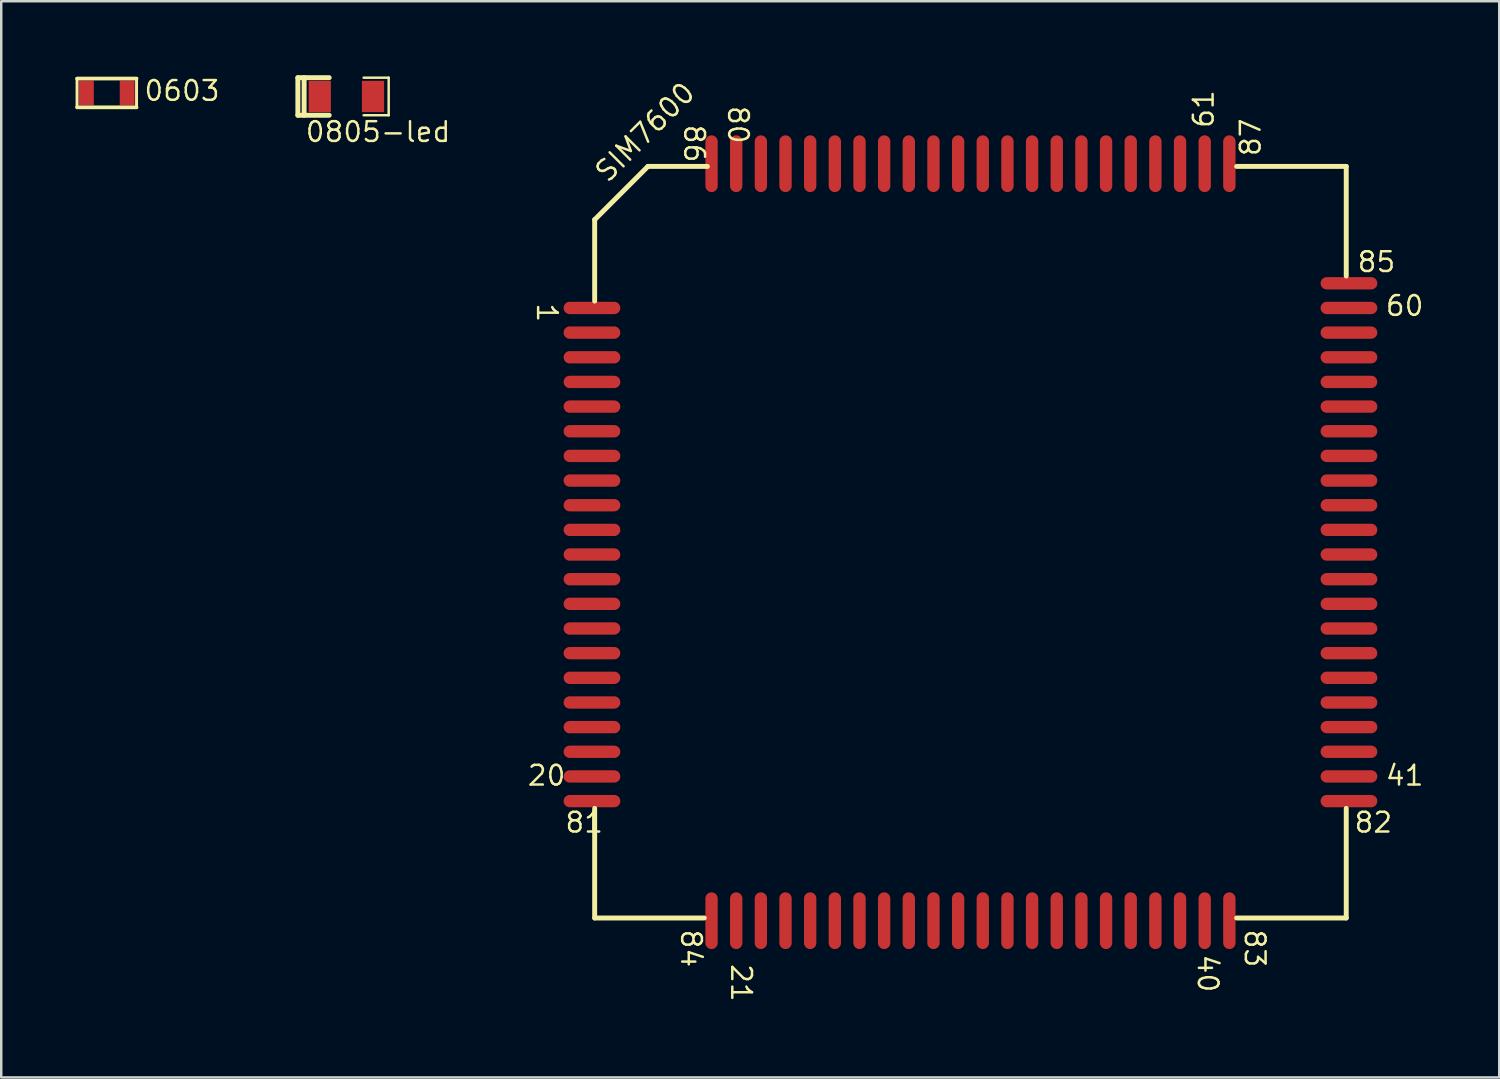
<source format=kicad_pcb>
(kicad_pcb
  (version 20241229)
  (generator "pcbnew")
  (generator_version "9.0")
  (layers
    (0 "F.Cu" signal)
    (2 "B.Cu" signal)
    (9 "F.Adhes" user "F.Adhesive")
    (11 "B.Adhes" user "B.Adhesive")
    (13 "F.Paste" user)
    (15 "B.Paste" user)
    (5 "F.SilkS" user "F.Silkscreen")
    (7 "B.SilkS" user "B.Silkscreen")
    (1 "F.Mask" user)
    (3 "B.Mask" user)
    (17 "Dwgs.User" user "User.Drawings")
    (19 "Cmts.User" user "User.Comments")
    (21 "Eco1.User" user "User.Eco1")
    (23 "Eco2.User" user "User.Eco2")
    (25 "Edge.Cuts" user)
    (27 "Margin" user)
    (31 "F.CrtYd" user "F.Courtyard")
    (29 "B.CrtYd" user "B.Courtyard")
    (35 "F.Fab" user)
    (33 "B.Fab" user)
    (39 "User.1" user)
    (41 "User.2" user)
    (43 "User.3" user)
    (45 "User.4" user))
  (footprint "0805-led"
    (layer "F.Cu")
    (at 9.919 0.862)
    (property "Reference" "0805-led" (at -0.635 1.905 0) (unlocked yes) (layer "F.SilkS") (effects (font (size 0.8 0.8) (thickness 0.1)) (justify left bottom)))
    (fp_line (start -0.889 -0.762) (end 0.381 -0.762) (stroke (width 0.2) (type solid)) (layer "F.SilkS"))
    (fp_line (start -0.889 0.762) (end -0.889 -0.762) (stroke (width 0.2) (type solid)) (layer "F.SilkS"))
    (fp_line (start -0.889 0.762) (end 0.381 0.762) (stroke (width 0.2) (type solid)) (layer "F.SilkS"))
    (fp_line (start -0.635 0.762) (end -0.635 -0.762) (stroke (width 0.2) (type solid)) (layer "F.SilkS"))
    (fp_line (start 1.778 -0.762) (end 2.794 -0.762) (stroke (width 0.1) (type solid)) (layer "F.SilkS"))
    (fp_line (start 1.778 0.762) (end 2.794 0.762) (stroke (width 0.1) (type solid)) (layer "F.SilkS"))
    (fp_line (start 2.794 0.762) (end 2.794 -0.762) (stroke (width 0.1) (type solid)) (layer "F.SilkS"))
    (pad "1" smd rect (at 0 0) (size 0.9 1.27) (layers "F.Cu" "F.Mask" "F.Paste"))
    (pad "2" smd rect (at 2.159 0) (size 0.9 1.27) (layers "F.Cu" "F.Mask" "F.Paste")))
  (footprint "SIM7600"
    (layer "F.Cu")
    (at 20.957 9.439)
    (property "Reference" "SIM7600" (at 0.635 -4.953 45) (unlocked yes) (layer "F.SilkS") (effects (font (size 0.8 0.8) (thickness 0.1)) (justify left bottom)))
    (fp_line (start 0.11 -3.581) (end 0.11 -0.279) (stroke (width 0.2) (type solid)) (layer "F.SilkS"))
    (fp_line (start 0.11 20.295) (end 0.11 24.74) (stroke (width 0.2) (type solid)) (layer "F.SilkS"))
    (fp_line (start 0.11 24.74) (end 4.555 24.74) (stroke (width 0.2) (type solid)) (layer "F.SilkS"))
    (fp_line (start 2.269 -5.74) (end 0.11 -3.581) (stroke (width 0.2) (type solid)) (layer "F.SilkS"))
    (fp_line (start 2.269 -5.74) (end 4.682 -5.74) (stroke (width 0.2) (type solid)) (layer "F.SilkS"))
    (fp_line (start 26.145 -5.74) (end 30.59 -5.74) (stroke (width 0.2) (type solid)) (layer "F.SilkS"))
    (fp_line (start 26.145 24.74) (end 30.59 24.74) (stroke (width 0.2) (type solid)) (layer "F.SilkS"))
    (fp_line (start 30.59 -5.74) (end 30.59 -1.295) (stroke (width 0.2) (type solid)) (layer "F.SilkS"))
    (fp_line (start 30.59 20.295) (end 30.59 24.74) (stroke (width 0.2) (type solid)) (layer "F.SilkS"))
    (fp_line (start -1.668 -1.295) (end -1.668 21.565) (stroke (width 0.2) (type solid)) (layer "User.2"))
    (fp_line (start -1.668 -1.295) (end -0.271 -1.295) (stroke (width 0.2) (type solid)) (layer "User.2"))
    (fp_line (start -1.668 21.565) (end -0.271 21.565) (stroke (width 0.2) (type solid)) (layer "User.2"))
    (fp_line (start -0.271 -6.121) (end -0.271 -1.295) (stroke (width 0.2) (type solid)) (layer "User.2"))
    (fp_line (start -0.271 -6.121) (end 3.285 -6.121) (stroke (width 0.2) (type solid)) (layer "User.2"))
    (fp_line (start -0.271 21.565) (end -0.271 25.121) (stroke (width 0.2) (type solid)) (layer "User.2"))
    (fp_line (start -0.271 25.121) (end 3.285 25.121) (stroke (width 0.2) (type solid)) (layer "User.2"))
    (fp_line (start 3.285 -7.518) (end 3.285 -6.121) (stroke (width 0.2) (type solid)) (layer "User.2"))
    (fp_line (start 3.285 25.121) (end 3.285 26.518) (stroke (width 0.2) (type solid)) (layer "User.2"))
    (fp_line (start 3.285 26.518) (end 27.415 26.518) (stroke (width 0.2) (type solid)) (layer "User.2"))
    (fp_line (start 27.415 -7.518) (end 3.285 -7.518) (stroke (width 0.2) (type solid)) (layer "User.2"))
    (fp_line (start 27.415 -7.518) (end 27.415 -6.121) (stroke (width 0.2) (type solid)) (layer "User.2"))
    (fp_line (start 27.415 -6.121) (end 30.971 -6.121) (stroke (width 0.2) (type solid)) (layer "User.2"))
    (fp_line (start 27.415 25.121) (end 27.415 26.518) (stroke (width 0.2) (type solid)) (layer "User.2"))
    (fp_line (start 27.415 25.121) (end 30.971 25.121) (stroke (width 0.2) (type solid)) (layer "User.2"))
    (fp_line (start 30.971 -6.121) (end 30.971 -2.565) (stroke (width 0.2) (type solid)) (layer "User.2"))
    (fp_line (start 30.971 21.565) (end 30.971 25.121) (stroke (width 0.2) (type solid)) (layer "User.2"))
    (fp_line (start 30.971 21.565) (end 32.368 21.565) (stroke (width 0.2) (type solid)) (layer "User.2"))
    (fp_line (start 32.368 -2.565) (end 30.971 -2.565) (stroke (width 0.2) (type solid)) (layer "User.2"))
    (fp_line (start 32.368 -2.565) (end 32.368 21.565) (stroke (width 0.2) (type solid)) (layer "User.2"))
    (fp_poly (pts (xy 1.609 1.22) (xy 4.022 1.22) (xy 4.022 -1.193) (xy 1.609 -1.193)) (stroke (width 0.1) (type default)) (fill no) (layer "User.2"))
    (fp_text user "20" (at -2.667 19.431 0) (unlocked yes) (layer "F.SilkS") (effects (font (size 0.8 0.8) (thickness 0.1)) (justify left bottom)))
    (fp_text user "81" (at -1.143 21.336 0) (unlocked yes) (layer "F.SilkS") (effects (font (size 0.8 0.8) (thickness 0.1)) (justify left bottom)))
    (fp_text user "84" (at 3.556 25.146 270) (unlocked yes) (layer "F.SilkS") (effects (font (size 0.8 0.8) (thickness 0.1)) (justify left bottom)))
    (fp_text user "41" (at 32.131 19.431 0) (unlocked yes) (layer "F.SilkS") (effects (font (size 0.8 0.8) (thickness 0.1)) (justify left bottom)))
    (fp_text user "87" (at 27.178 -6.096 90) (unlocked yes) (layer "F.SilkS") (effects (font (size 0.8 0.8) (thickness 0.1)) (justify left bottom)))
    (fp_text user "40" (at 24.511 26.162 270) (unlocked yes) (layer "F.SilkS") (effects (font (size 0.8 0.8) (thickness 0.1)) (justify left bottom)))
    (fp_text user "86" (at 3.683 -7.493 270) (unlocked yes) (layer "F.SilkS") (effects (font (size 0.8 0.8) (thickness 0.1)) (justify left bottom)))
    (fp_text user "83" (at 26.416 25.146 270) (unlocked yes) (layer "F.SilkS") (effects (font (size 0.8 0.8) (thickness 0.1)) (justify left bottom)))
    (fp_text user "80" (at 5.461 -8.255 270) (unlocked yes) (layer "F.SilkS") (effects (font (size 0.8 0.8) (thickness 0.1)) (justify left bottom)))
    (fp_text user "1" (at -2.286 -0.254 270) (unlocked yes) (layer "F.SilkS") (effects (font (size 0.8 0.8) (thickness 0.1)) (justify left bottom)))
    (fp_text user "21" (at 5.588 26.543 270) (unlocked yes) (layer "F.SilkS") (effects (font (size 0.8 0.8) (thickness 0.1)) (justify left bottom)))
    (fp_text user "61" (at 25.273 -7.239 90) (unlocked yes) (layer "F.SilkS") (effects (font (size 0.8 0.8) (thickness 0.1)) (justify left bottom)))
    (fp_text user "60" (at 32.131 0.381 0) (unlocked yes) (layer "F.SilkS") (effects (font (size 0.8 0.8) (thickness 0.1)) (justify left bottom)))
    (fp_text user "85" (at 30.988 -1.397 0) (unlocked yes) (layer "F.SilkS") (effects (font (size 0.8 0.8) (thickness 0.1)) (justify left bottom)))
    (fp_text user "82" (at 30.861 21.336 0) (unlocked yes) (layer "F.SilkS") (effects (font (size 0.8 0.8) (thickness 0.1)) (justify left bottom)))
    (pad "1" smd oval (at 0 0 90) (size 0.5 2.3) (layers "F.Cu" "F.Mask" "F.Paste"))
    (pad "2" smd oval (at 0 1 90) (size 0.5 2.3) (layers "F.Cu" "F.Mask" "F.Paste"))
    (pad "3" smd oval (at 0 2 90) (size 0.5 2.3) (layers "F.Cu" "F.Mask" "F.Paste"))
    (pad "4" smd oval (at 0 3 90) (size 0.5 2.3) (layers "F.Cu" "F.Mask" "F.Paste"))
    (pad "5" smd oval (at 0 4 90) (size 0.5 2.3) (layers "F.Cu" "F.Mask" "F.Paste"))
    (pad "6" smd oval (at 0 5 90) (size 0.5 2.3) (layers "F.Cu" "F.Mask" "F.Paste"))
    (pad "7" smd oval (at 0 6 90) (size 0.5 2.3) (layers "F.Cu" "F.Mask" "F.Paste"))
    (pad "8" smd oval (at 0 7 90) (size 0.5 2.3) (layers "F.Cu" "F.Mask" "F.Paste"))
    (pad "9" smd oval (at 0 8 90) (size 0.5 2.3) (layers "F.Cu" "F.Mask" "F.Paste"))
    (pad "10" smd oval (at 0 9 90) (size 0.5 2.3) (layers "F.Cu" "F.Mask" "F.Paste"))
    (pad "11" smd oval (at 0 10 90) (size 0.5 2.3) (layers "F.Cu" "F.Mask" "F.Paste"))
    (pad "12" smd oval (at 0 11 90) (size 0.5 2.3) (layers "F.Cu" "F.Mask" "F.Paste"))
    (pad "13" smd oval (at 0 12 90) (size 0.5 2.3) (layers "F.Cu" "F.Mask" "F.Paste"))
    (pad "14" smd oval (at 0 13 90) (size 0.5 2.3) (layers "F.Cu" "F.Mask" "F.Paste"))
    (pad "15" smd oval (at 0 14 90) (size 0.5 2.3) (layers "F.Cu" "F.Mask" "F.Paste"))
    (pad "16" smd oval (at 0 15 90) (size 0.5 2.3) (layers "F.Cu" "F.Mask" "F.Paste"))
    (pad "17" smd oval (at 0 16 90) (size 0.5 2.3) (layers "F.Cu" "F.Mask" "F.Paste"))
    (pad "18" smd oval (at 0 17 90) (size 0.5 2.3) (layers "F.Cu" "F.Mask" "F.Paste"))
    (pad "19" smd oval (at 0 18 90) (size 0.5 2.3) (layers "F.Cu" "F.Mask" "F.Paste"))
    (pad "20" smd oval (at 0 19 90) (size 0.5 2.3) (layers "F.Cu" "F.Mask" "F.Paste"))
    (pad "21" smd oval (at 5.85 24.85 180) (size 0.5 2.3) (layers "F.Cu" "F.Mask" "F.Paste"))
    (pad "22" smd oval (at 6.85 24.85 180) (size 0.5 2.3) (layers "F.Cu" "F.Mask" "F.Paste"))
    (pad "23" smd oval (at 7.85 24.85 180) (size 0.5 2.3) (layers "F.Cu" "F.Mask" "F.Paste"))
    (pad "24" smd oval (at 8.85 24.85 180) (size 0.5 2.3) (layers "F.Cu" "F.Mask" "F.Paste"))
    (pad "25" smd oval (at 9.85 24.85 180) (size 0.5 2.3) (layers "F.Cu" "F.Mask" "F.Paste"))
    (pad "26" smd oval (at 10.85 24.85 180) (size 0.5 2.3) (layers "F.Cu" "F.Mask" "F.Paste"))
    (pad "27" smd oval (at 11.85 24.85 180) (size 0.5 2.3) (layers "F.Cu" "F.Mask" "F.Paste"))
    (pad "28" smd oval (at 12.85 24.85 180) (size 0.5 2.3) (layers "F.Cu" "F.Mask" "F.Paste"))
    (pad "29" smd oval (at 13.85 24.85 180) (size 0.5 2.3) (layers "F.Cu" "F.Mask" "F.Paste"))
    (pad "30" smd oval (at 14.85 24.85 180) (size 0.5 2.3) (layers "F.Cu" "F.Mask" "F.Paste"))
    (pad "31" smd oval (at 15.85 24.85 180) (size 0.5 2.3) (layers "F.Cu" "F.Mask" "F.Paste"))
    (pad "32" smd oval (at 16.85 24.85 180) (size 0.5 2.3) (layers "F.Cu" "F.Mask" "F.Paste"))
    (pad "33" smd oval (at 17.85 24.85 180) (size 0.5 2.3) (layers "F.Cu" "F.Mask" "F.Paste"))
    (pad "34" smd oval (at 18.85 24.85 180) (size 0.5 2.3) (layers "F.Cu" "F.Mask" "F.Paste"))
    (pad "35" smd oval (at 19.85 24.85 180) (size 0.5 2.3) (layers "F.Cu" "F.Mask" "F.Paste"))
    (pad "36" smd oval (at 20.85 24.85 180) (size 0.5 2.3) (layers "F.Cu" "F.Mask" "F.Paste"))
    (pad "37" smd oval (at 21.85 24.85 180) (size 0.5 2.3) (layers "F.Cu" "F.Mask" "F.Paste"))
    (pad "38" smd oval (at 22.85 24.85 180) (size 0.5 2.3) (layers "F.Cu" "F.Mask" "F.Paste"))
    (pad "39" smd oval (at 23.85 24.85 180) (size 0.5 2.3) (layers "F.Cu" "F.Mask" "F.Paste"))
    (pad "40" smd oval (at 24.85 24.85 180) (size 0.5 2.3) (layers "F.Cu" "F.Mask" "F.Paste"))
    (pad "41" smd oval (at 30.7 19 270) (size 0.5 2.3) (layers "F.Cu" "F.Mask" "F.Paste"))
    (pad "42" smd oval (at 30.7 18 270) (size 0.5 2.3) (layers "F.Cu" "F.Mask" "F.Paste"))
    (pad "43" smd oval (at 30.7 17 270) (size 0.5 2.3) (layers "F.Cu" "F.Mask" "F.Paste"))
    (pad "44" smd oval (at 30.7 16 270) (size 0.5 2.3) (layers "F.Cu" "F.Mask" "F.Paste"))
    (pad "45" smd oval (at 30.7 15 270) (size 0.5 2.3) (layers "F.Cu" "F.Mask" "F.Paste"))
    (pad "46" smd oval (at 30.7 14 270) (size 0.5 2.3) (layers "F.Cu" "F.Mask" "F.Paste"))
    (pad "47" smd oval (at 30.7 13 270) (size 0.5 2.3) (layers "F.Cu" "F.Mask" "F.Paste"))
    (pad "48" smd oval (at 30.7 12 270) (size 0.5 2.3) (layers "F.Cu" "F.Mask" "F.Paste"))
    (pad "49" smd oval (at 30.7 11 270) (size 0.5 2.3) (layers "F.Cu" "F.Mask" "F.Paste"))
    (pad "50" smd oval (at 30.7 10 270) (size 0.5 2.3) (layers "F.Cu" "F.Mask" "F.Paste"))
    (pad "51" smd oval (at 30.7 9 270) (size 0.5 2.3) (layers "F.Cu" "F.Mask" "F.Paste"))
    (pad "52" smd oval (at 30.7 8 270) (size 0.5 2.3) (layers "F.Cu" "F.Mask" "F.Paste"))
    (pad "53" smd oval (at 30.7 7 270) (size 0.5 2.3) (layers "F.Cu" "F.Mask" "F.Paste"))
    (pad "54" smd oval (at 30.7 6 270) (size 0.5 2.3) (layers "F.Cu" "F.Mask" "F.Paste"))
    (pad "55" smd oval (at 30.7 5 270) (size 0.5 2.3) (layers "F.Cu" "F.Mask" "F.Paste"))
    (pad "56" smd oval (at 30.7 4 270) (size 0.5 2.3) (layers "F.Cu" "F.Mask" "F.Paste"))
    (pad "57" smd oval (at 30.7 3 270) (size 0.5 2.3) (layers "F.Cu" "F.Mask" "F.Paste"))
    (pad "58" smd oval (at 30.7 2 270) (size 0.5 2.3) (layers "F.Cu" "F.Mask" "F.Paste"))
    (pad "59" smd oval (at 30.7 1 270) (size 0.5 2.3) (layers "F.Cu" "F.Mask" "F.Paste"))
    (pad "60" smd oval (at 30.7 0 270) (size 0.5 2.3) (layers "F.Cu" "F.Mask" "F.Paste"))
    (pad "61" smd oval (at 24.85 -5.85) (size 0.5 2.3) (layers "F.Cu" "F.Mask" "F.Paste"))
    (pad "62" smd oval (at 23.85 -5.85) (size 0.5 2.3) (layers "F.Cu" "F.Mask" "F.Paste"))
    (pad "63" smd oval (at 22.85 -5.85) (size 0.5 2.3) (layers "F.Cu" "F.Mask" "F.Paste"))
    (pad "64" smd oval (at 21.85 -5.85) (size 0.5 2.3) (layers "F.Cu" "F.Mask" "F.Paste"))
    (pad "65" smd oval (at 20.85 -5.85) (size 0.5 2.3) (layers "F.Cu" "F.Mask" "F.Paste"))
    (pad "66" smd oval (at 19.85 -5.85) (size 0.5 2.3) (layers "F.Cu" "F.Mask" "F.Paste"))
    (pad "67" smd oval (at 18.85 -5.85) (size 0.5 2.3) (layers "F.Cu" "F.Mask" "F.Paste"))
    (pad "68" smd oval (at 17.85 -5.85) (size 0.5 2.3) (layers "F.Cu" "F.Mask" "F.Paste"))
    (pad "69" smd oval (at 16.85 -5.85) (size 0.5 2.3) (layers "F.Cu" "F.Mask" "F.Paste"))
    (pad "70" smd oval (at 15.85 -5.85) (size 0.5 2.3) (layers "F.Cu" "F.Mask" "F.Paste"))
    (pad "71" smd oval (at 14.85 -5.85) (size 0.5 2.3) (layers "F.Cu" "F.Mask" "F.Paste"))
    (pad "72" smd oval (at 13.85 -5.85) (size 0.5 2.3) (layers "F.Cu" "F.Mask" "F.Paste"))
    (pad "73" smd oval (at 12.85 -5.85) (size 0.5 2.3) (layers "F.Cu" "F.Mask" "F.Paste"))
    (pad "74" smd oval (at 11.85 -5.85) (size 0.5 2.3) (layers "F.Cu" "F.Mask" "F.Paste"))
    (pad "75" smd oval (at 10.85 -5.85) (size 0.5 2.3) (layers "F.Cu" "F.Mask" "F.Paste"))
    (pad "76" smd oval (at 9.85 -5.85) (size 0.5 2.3) (layers "F.Cu" "F.Mask" "F.Paste"))
    (pad "77" smd oval (at 8.85 -5.85) (size 0.5 2.3) (layers "F.Cu" "F.Mask" "F.Paste"))
    (pad "78" smd oval (at 7.85 -5.85) (size 0.5 2.3) (layers "F.Cu" "F.Mask" "F.Paste"))
    (pad "79" smd oval (at 6.85 -5.85) (size 0.5 2.3) (layers "F.Cu" "F.Mask" "F.Paste"))
    (pad "80" smd oval (at 5.85 -5.85) (size 0.5 2.3) (layers "F.Cu" "F.Mask" "F.Paste"))
    (pad "81" smd oval (at 0 20 90) (size 0.5 2.3) (layers "F.Cu" "F.Mask" "F.Paste"))
    (pad "82" smd oval (at 30.7 20 270) (size 0.5 2.3) (layers "F.Cu" "F.Mask" "F.Paste"))
    (pad "83" smd oval (at 25.85 24.85 180) (size 0.5 2.3) (layers "F.Cu" "F.Mask" "F.Paste"))
    (pad "84" smd oval (at 4.85 24.85 180) (size 0.5 2.3) (layers "F.Cu" "F.Mask" "F.Paste"))
    (pad "85" smd oval (at 30.7 -1 270) (size 0.5 2.3) (layers "F.Cu" "F.Mask" "F.Paste"))
    (pad "86" smd oval (at 4.85 -5.85) (size 0.5 2.3) (layers "F.Cu" "F.Mask" "F.Paste"))
    (pad "87" smd oval (at 25.85 -5.85) (size 0.5 2.3) (layers "F.Cu" "F.Mask" "F.Paste")))
  (footprint "0603"
    (layer "F.Cu")
    (at 0.456 0.719)
    (property "Reference" "0603" (at 2.286 0.381 0) (unlocked yes) (layer "F.SilkS") (effects (font (size 0.8 0.8) (thickness 0.1)) (justify left bottom)))
    (fp_line (start -0.381 -0.584) (end -0.381 0.584) (stroke (width 0.12) (type solid)) (layer "F.SilkS"))
    (fp_line (start -0.381 -0.584) (end 2.032 -0.584) (stroke (width 0.15) (type solid)) (layer "F.SilkS"))
    (fp_line (start 2.032 -0.584) (end 2.032 0.584) (stroke (width 0.12) (type solid)) (layer "F.SilkS"))
    (fp_line (start 2.032 0.584) (end -0.381 0.584) (stroke (width 0.15) (type solid)) (layer "F.SilkS"))
    (pad "1" smd rect (at 0 0) (size 0.6 1) (layers "F.Cu" "F.Mask" "F.Paste"))
    (pad "2" smd rect (at 1.651 0) (size 0.6 1) (layers "F.Cu" "F.Mask" "F.Paste")))
  (gr_rect
    (start -3 -3)
    (end 57.752 40.646)
    (stroke (width 0.1) (type default))
    (fill no)
    (layer "Edge.Cuts")))
</source>
